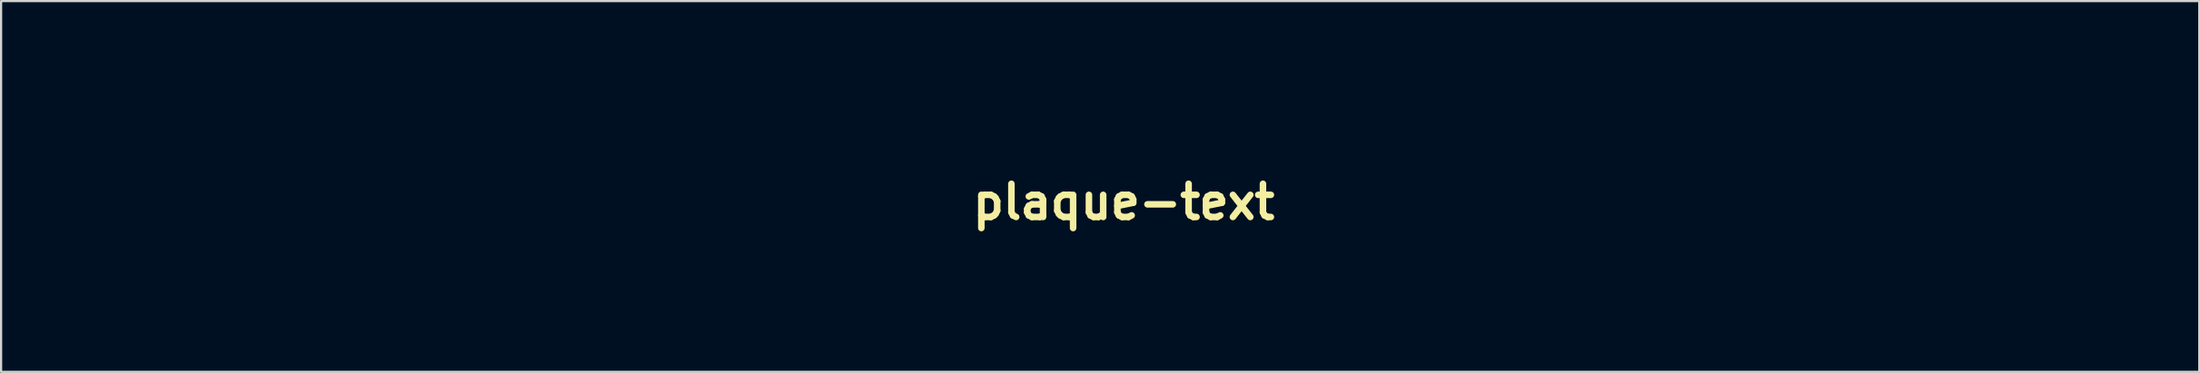
<source format=kicad_pcb>
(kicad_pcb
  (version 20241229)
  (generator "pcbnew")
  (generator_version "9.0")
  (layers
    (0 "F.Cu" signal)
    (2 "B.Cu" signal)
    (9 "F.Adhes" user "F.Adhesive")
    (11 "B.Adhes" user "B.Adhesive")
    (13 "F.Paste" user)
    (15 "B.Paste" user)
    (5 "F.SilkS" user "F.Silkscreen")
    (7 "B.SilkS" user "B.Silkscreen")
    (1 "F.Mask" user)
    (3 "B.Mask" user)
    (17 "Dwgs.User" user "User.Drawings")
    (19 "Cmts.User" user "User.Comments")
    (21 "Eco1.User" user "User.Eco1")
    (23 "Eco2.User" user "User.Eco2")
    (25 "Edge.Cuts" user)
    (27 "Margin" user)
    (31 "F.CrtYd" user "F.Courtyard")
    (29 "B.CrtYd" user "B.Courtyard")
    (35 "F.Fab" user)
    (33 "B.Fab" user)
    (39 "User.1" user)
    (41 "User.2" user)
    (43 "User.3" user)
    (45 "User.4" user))
  (footprint "plaque-text"
    (layer "F.Cu")
    (at 48.496 6.222)
    (property "Reference" "plaque-text" (at 0 0 0) (layer "F.SilkS") (effects (font (size 1.524 1.524) (thickness 0.3))))
    (attr through_hole)
    (fp_poly (pts (xy -48.238 -5.157) (xy -48.182 -4.665) (xy -48.147 -3.889) (xy -48.136 -2.931) (xy -48.148 -1.918) (xy -48.185 -1.158) (xy -48.242 -0.685) (xy -48.313 -0.533) (xy -48.388 -0.704) (xy -48.445 -1.196) (xy -48.48 -1.973) (xy -48.491 -2.931) (xy -48.478 -3.944) (xy -48.442 -4.704) (xy -48.384 -5.177) (xy -48.313 -5.329) (xy -48.238 -5.157)) (stroke (width 0.01) (type solid)) (fill no) (layer "Eco2.User"))
    (fp_poly (pts (xy -48.238 0.172) (xy -48.182 0.663) (xy -48.147 1.44) (xy -48.136 2.398) (xy -48.148 3.411) (xy -48.185 4.171) (xy -48.242 4.644) (xy -48.313 4.796) (xy -48.388 4.624) (xy -48.445 4.133) (xy -48.48 3.356) (xy -48.491 2.398) (xy -48.478 1.385) (xy -48.442 0.625) (xy -48.384 0.152) (xy -48.313 0) (xy -48.238 0.172)) (stroke (width 0.01) (type solid)) (fill no) (layer "Eco2.User"))
    (fp_poly (pts (xy -39.712 -5.157) (xy -39.656 -4.665) (xy -39.621 -3.889) (xy -39.61 -2.931) (xy -39.623 -1.918) (xy -39.659 -1.158) (xy -39.716 -0.685) (xy -39.787 -0.533) (xy -39.862 -0.704) (xy -39.919 -1.196) (xy -39.954 -1.973) (xy -39.965 -2.931) (xy -39.952 -3.944) (xy -39.916 -4.704) (xy -39.858 -5.177) (xy -39.787 -5.329) (xy -39.712 -5.157)) (stroke (width 0.01) (type solid)) (fill no) (layer "Eco2.User"))
    (fp_poly (pts (xy -39.712 0.172) (xy -39.656 0.663) (xy -39.621 1.44) (xy -39.61 2.398) (xy -39.623 3.411) (xy -39.659 4.171) (xy -39.716 4.644) (xy -39.787 4.796) (xy -39.862 4.624) (xy -39.919 4.133) (xy -39.954 3.356) (xy -39.965 2.398) (xy -39.952 1.385) (xy -39.916 0.625) (xy -39.858 0.152) (xy -39.787 0) (xy -39.712 0.172)) (stroke (width 0.01) (type solid)) (fill no) (layer "Eco2.User"))
    (fp_poly (pts (xy -30.643 2.33) (xy -30.31 2.402) (xy -30.198 2.543) (xy -30.196 2.576) (xy -30.278 2.73) (xy -30.568 2.813) (xy -31.133 2.841) (xy -31.262 2.842) (xy -31.88 2.821) (xy -32.213 2.749) (xy -32.325 2.608) (xy -32.327 2.576) (xy -32.245 2.421) (xy -31.955 2.338) (xy -31.39 2.31) (xy -31.262 2.309) (xy -30.643 2.33)) (stroke (width 0.01) (type solid)) (fill no) (layer "Eco2.User"))
    (fp_poly (pts (xy -27.801 2.33) (xy -27.469 2.402) (xy -27.356 2.543) (xy -27.354 2.576) (xy -27.436 2.73) (xy -27.726 2.813) (xy -28.291 2.841) (xy -28.42 2.842) (xy -29.038 2.821) (xy -29.371 2.749) (xy -29.483 2.608) (xy -29.485 2.576) (xy -29.403 2.421) (xy -29.113 2.338) (xy -28.548 2.31) (xy -28.42 2.309) (xy -27.801 2.33)) (stroke (width 0.01) (type solid)) (fill no) (layer "Eco2.User"))
    (fp_poly (pts (xy -19.819 -5.157) (xy -19.762 -4.665) (xy -19.727 -3.889) (xy -19.716 -2.931) (xy -19.729 -1.918) (xy -19.765 -1.158) (xy -19.823 -0.685) (xy -19.894 -0.533) (xy -19.969 -0.704) (xy -20.025 -1.196) (xy -20.06 -1.973) (xy -20.071 -2.931) (xy -20.059 -3.944) (xy -20.022 -4.704) (xy -19.965 -5.177) (xy -19.894 -5.329) (xy -19.819 -5.157)) (stroke (width 0.01) (type solid)) (fill no) (layer "Eco2.User"))
    (fp_poly (pts (xy -19.819 0.172) (xy -19.762 0.663) (xy -19.727 1.44) (xy -19.716 2.398) (xy -19.729 3.411) (xy -19.765 4.171) (xy -19.823 4.644) (xy -19.894 4.796) (xy -19.969 4.624) (xy -20.025 4.133) (xy -20.06 3.356) (xy -20.071 2.398) (xy -20.059 1.385) (xy -20.022 0.625) (xy -19.965 0.152) (xy -19.894 0) (xy -19.819 0.172)) (stroke (width 0.01) (type solid)) (fill no) (layer "Eco2.User"))
    (fp_poly (pts (xy -11.293 -5.157) (xy -11.236 -4.665) (xy -11.201 -3.889) (xy -11.19 -2.931) (xy -11.203 -1.918) (xy -11.239 -1.158) (xy -11.297 -0.685) (xy -11.368 -0.533) (xy -11.443 -0.704) (xy -11.499 -1.196) (xy -11.534 -1.973) (xy -11.545 -2.931) (xy -11.533 -3.944) (xy -11.496 -4.704) (xy -11.439 -5.177) (xy -11.368 -5.329) (xy -11.293 -5.157)) (stroke (width 0.01) (type solid)) (fill no) (layer "Eco2.User"))
    (fp_poly (pts (xy -11.293 0.172) (xy -11.236 0.663) (xy -11.201 1.44) (xy -11.19 2.398) (xy -11.203 3.411) (xy -11.239 4.171) (xy -11.297 4.644) (xy -11.368 4.796) (xy -11.443 4.624) (xy -11.499 4.133) (xy -11.534 3.356) (xy -11.545 2.398) (xy -11.533 1.385) (xy -11.496 0.625) (xy -11.439 0.152) (xy -11.368 0) (xy -11.293 0.172)) (stroke (width 0.01) (type solid)) (fill no) (layer "Eco2.User"))
    (fp_poly (pts (xy -5.609 -5.157) (xy -5.553 -4.665) (xy -5.518 -3.889) (xy -5.506 -2.931) (xy -5.519 -1.918) (xy -5.555 -1.158) (xy -5.613 -0.685) (xy -5.684 -0.533) (xy -5.759 -0.704) (xy -5.815 -1.196) (xy -5.85 -1.973) (xy -5.862 -2.931) (xy -5.849 -3.944) (xy -5.812 -4.704) (xy -5.755 -5.177) (xy -5.684 -5.329) (xy -5.609 -5.157)) (stroke (width 0.01) (type solid)) (fill no) (layer "Eco2.User"))
    (fp_poly (pts (xy -5.609 0.172) (xy -5.553 0.663) (xy -5.518 1.44) (xy -5.506 2.398) (xy -5.519 3.411) (xy -5.555 4.171) (xy -5.613 4.644) (xy -5.684 4.796) (xy -5.759 4.624) (xy -5.815 4.133) (xy -5.85 3.356) (xy -5.862 2.398) (xy -5.849 1.385) (xy -5.812 0.625) (xy -5.755 0.152) (xy -5.684 0) (xy -5.609 0.172)) (stroke (width 0.01) (type solid)) (fill no) (layer "Eco2.User"))
    (fp_poly (pts (xy -2.138 -6.196) (xy -1.644 -6.139) (xy -1.426 -6.055) (xy -1.421 -6.039) (xy -1.587 -5.951) (xy -2.041 -5.889) (xy -2.715 -5.862) (xy -2.842 -5.862) (xy -3.546 -5.882) (xy -4.04 -5.939) (xy -4.258 -6.023) (xy -4.263 -6.039) (xy -4.097 -6.127) (xy -3.643 -6.189) (xy -2.969 -6.216) (xy -2.842 -6.217) (xy -2.138 -6.196)) (stroke (width 0.01) (type solid)) (fill no) (layer "Eco2.User"))
    (fp_poly (pts (xy -2.138 4.461) (xy -1.644 4.518) (xy -1.426 4.602) (xy -1.421 4.618) (xy -1.587 4.706) (xy -2.041 4.768) (xy -2.715 4.795) (xy -2.842 4.796) (xy -3.546 4.775) (xy -4.04 4.718) (xy -4.258 4.634) (xy -4.263 4.618) (xy -4.097 4.53) (xy -3.643 4.468) (xy -2.969 4.441) (xy -2.842 4.441) (xy -2.138 4.461)) (stroke (width 0.01) (type solid)) (fill no) (layer "Eco2.User"))
    (fp_poly (pts (xy 14.285 -5.157) (xy 14.341 -4.665) (xy 14.376 -3.889) (xy 14.387 -2.931) (xy 14.375 -1.918) (xy 14.338 -1.158) (xy 14.281 -0.685) (xy 14.21 -0.533) (xy 14.135 -0.704) (xy 14.078 -1.196) (xy 14.043 -1.973) (xy 14.032 -2.931) (xy 14.045 -3.944) (xy 14.081 -4.704) (xy 14.139 -5.177) (xy 14.21 -5.329) (xy 14.285 -5.157)) (stroke (width 0.01) (type solid)) (fill no) (layer "Eco2.User"))
    (fp_poly (pts (xy 17.755 -0.867) (xy 18.25 -0.811) (xy 18.468 -0.726) (xy 18.473 -0.71) (xy 18.307 -0.623) (xy 17.853 -0.561) (xy 17.179 -0.533) (xy 17.052 -0.533) (xy 16.348 -0.554) (xy 15.854 -0.61) (xy 15.636 -0.695) (xy 15.631 -0.71) (xy 15.797 -0.798) (xy 16.251 -0.86) (xy 16.925 -0.888) (xy 17.052 -0.888) (xy 17.755 -0.867)) (stroke (width 0.01) (type solid)) (fill no) (layer "Eco2.User"))
    (fp_poly (pts (xy 19.969 -5.157) (xy 20.025 -4.665) (xy 20.06 -3.889) (xy 20.071 -2.931) (xy 20.059 -1.918) (xy 20.022 -1.158) (xy 19.965 -0.685) (xy 19.894 -0.533) (xy 19.819 -0.704) (xy 19.762 -1.196) (xy 19.727 -1.973) (xy 19.716 -2.931) (xy 19.729 -3.944) (xy 19.765 -4.704) (xy 19.823 -5.177) (xy 19.894 -5.329) (xy 19.969 -5.157)) (stroke (width 0.01) (type solid)) (fill no) (layer "Eco2.User"))
    (fp_poly (pts (xy 19.969 0.172) (xy 20.025 0.663) (xy 20.06 1.44) (xy 20.071 2.398) (xy 20.059 3.411) (xy 20.022 4.171) (xy 19.965 4.644) (xy 19.894 4.796) (xy 19.819 4.624) (xy 19.762 4.133) (xy 19.727 3.356) (xy 19.716 2.398) (xy 19.729 1.385) (xy 19.765 0.625) (xy 19.823 0.152) (xy 19.894 0) (xy 19.969 0.172)) (stroke (width 0.01) (type solid)) (fill no) (layer "Eco2.User"))
    (fp_poly (pts (xy 23.439 -0.867) (xy 23.934 -0.811) (xy 24.152 -0.726) (xy 24.157 -0.71) (xy 23.99 -0.623) (xy 23.537 -0.561) (xy 22.863 -0.533) (xy 22.736 -0.533) (xy 22.032 -0.554) (xy 21.537 -0.61) (xy 21.319 -0.695) (xy 21.315 -0.71) (xy 21.481 -0.798) (xy 21.935 -0.86) (xy 22.609 -0.888) (xy 22.736 -0.888) (xy 23.439 -0.867)) (stroke (width 0.01) (type solid)) (fill no) (layer "Eco2.User"))
    (fp_poly (pts (xy 31.965 -6.196) (xy 32.46 -6.139) (xy 32.678 -6.055) (xy 32.683 -6.039) (xy 32.516 -5.951) (xy 32.063 -5.889) (xy 31.389 -5.862) (xy 31.262 -5.862) (xy 30.558 -5.882) (xy 30.063 -5.939) (xy 29.845 -6.023) (xy 29.841 -6.039) (xy 30.007 -6.127) (xy 30.46 -6.189) (xy 31.134 -6.216) (xy 31.262 -6.217) (xy 31.965 -6.196)) (stroke (width 0.01) (type solid)) (fill no) (layer "Eco2.User"))
    (fp_poly (pts (xy 31.965 4.461) (xy 32.46 4.518) (xy 32.678 4.602) (xy 32.683 4.618) (xy 32.516 4.706) (xy 32.063 4.768) (xy 31.389 4.795) (xy 31.262 4.796) (xy 30.558 4.775) (xy 30.063 4.718) (xy 29.845 4.634) (xy 29.841 4.618) (xy 30.007 4.53) (xy 30.46 4.468) (xy 31.134 4.441) (xy 31.262 4.441) (xy 31.965 4.461)) (stroke (width 0.01) (type solid)) (fill no) (layer "Eco2.User"))
    (fp_poly (pts (xy 43.333 -6.196) (xy 43.828 -6.139) (xy 44.046 -6.055) (xy 44.05 -6.039) (xy 43.884 -5.951) (xy 43.43 -5.889) (xy 42.756 -5.862) (xy 42.629 -5.862) (xy 41.926 -5.882) (xy 41.431 -5.939) (xy 41.213 -6.023) (xy 41.208 -6.039) (xy 41.375 -6.127) (xy 41.828 -6.189) (xy 42.502 -6.216) (xy 42.629 -6.217) (xy 43.333 -6.196)) (stroke (width 0.01) (type solid)) (fill no) (layer "Eco2.User"))
    (fp_poly (pts (xy 43.333 4.461) (xy 43.828 4.518) (xy 44.046 4.602) (xy 44.05 4.618) (xy 43.884 4.706) (xy 43.43 4.768) (xy 42.756 4.795) (xy 42.629 4.796) (xy 41.926 4.775) (xy 41.431 4.718) (xy 41.213 4.634) (xy 41.208 4.618) (xy 41.375 4.53) (xy 41.828 4.468) (xy 42.502 4.441) (xy 42.629 4.441) (xy 43.333 4.461)) (stroke (width 0.01) (type solid)) (fill no) (layer "Eco2.User"))
    (fp_poly (pts (xy -46.206 -4.753) (xy -45.994 -4.448) (xy -45.699 -3.926) (xy -45.41 -3.354) (xy -45.019 -2.542) (xy -44.768 -1.995) (xy -44.639 -1.663) (xy -44.613 -1.491) (xy -44.672 -1.428) (xy -44.752 -1.421) (xy -44.895 -1.572) (xy -45.142 -1.976) (xy -45.452 -2.565) (xy -45.646 -2.968) (xy -45.953 -3.665) (xy -46.181 -4.261) (xy -46.298 -4.672) (xy -46.304 -4.789) (xy -46.206 -4.753)) (stroke (width 0.01) (type solid)) (fill no) (layer "Eco2.User"))
    (fp_poly (pts (xy -43.364 0.575) (xy -43.152 0.88) (xy -42.857 1.403) (xy -42.568 1.974) (xy -42.177 2.787) (xy -41.926 3.333) (xy -41.797 3.666) (xy -41.771 3.837) (xy -41.83 3.9) (xy -41.91 3.908) (xy -42.053 3.757) (xy -42.3 3.352) (xy -42.61 2.764) (xy -42.804 2.361) (xy -43.111 1.664) (xy -43.339 1.067) (xy -43.456 0.656) (xy -43.462 0.54) (xy -43.364 0.575)) (stroke (width 0.01) (type solid)) (fill no) (layer "Eco2.User"))
    (fp_poly (pts (xy -33.312 0.809) (xy -33.476 1.289) (xy -33.724 1.894) (xy -34.016 2.541) (xy -34.315 3.144) (xy -34.58 3.619) (xy -34.774 3.881) (xy -34.823 3.908) (xy -34.988 3.817) (xy -34.992 3.795) (xy -34.919 3.547) (xy -34.728 3.105) (xy -34.456 2.545) (xy -34.144 1.94) (xy -33.831 1.363) (xy -33.554 0.889) (xy -33.354 0.592) (xy -33.271 0.54) (xy -33.312 0.809)) (stroke (width 0.01) (type solid)) (fill no) (layer "Eco2.User"))
    (fp_poly (pts (xy -30.47 -4.52) (xy -30.634 -4.04) (xy -30.882 -3.435) (xy -31.175 -2.788) (xy -31.473 -2.185) (xy -31.738 -1.71) (xy -31.932 -1.447) (xy -31.981 -1.421) (xy -32.146 -1.511) (xy -32.15 -1.534) (xy -32.077 -1.782) (xy -31.886 -2.223) (xy -31.614 -2.784) (xy -31.302 -3.389) (xy -30.989 -3.966) (xy -30.712 -4.44) (xy -30.512 -4.737) (xy -30.429 -4.789) (xy -30.47 -4.52)) (stroke (width 0.01) (type solid)) (fill no) (layer "Eco2.User"))
    (fp_poly (pts (xy -29.154 -4.753) (xy -28.942 -4.448) (xy -28.647 -3.926) (xy -28.358 -3.354) (xy -27.968 -2.542) (xy -27.716 -1.995) (xy -27.587 -1.663) (xy -27.561 -1.491) (xy -27.621 -1.428) (xy -27.701 -1.421) (xy -27.844 -1.572) (xy -28.09 -1.976) (xy -28.4 -2.565) (xy -28.595 -2.968) (xy -28.902 -3.665) (xy -29.129 -4.261) (xy -29.246 -4.672) (xy -29.252 -4.789) (xy -29.154 -4.753)) (stroke (width 0.01) (type solid)) (fill no) (layer "Eco2.User"))
    (fp_poly (pts (xy -26.312 0.575) (xy -26.1 0.88) (xy -25.805 1.403) (xy -25.516 1.974) (xy -25.126 2.787) (xy -24.875 3.333) (xy -24.745 3.666) (xy -24.719 3.837) (xy -24.779 3.9) (xy -24.859 3.908) (xy -25.002 3.757) (xy -25.248 3.352) (xy -25.558 2.764) (xy -25.753 2.361) (xy -26.06 1.664) (xy -26.287 1.067) (xy -26.404 0.656) (xy -26.41 0.54) (xy -26.312 0.575)) (stroke (width 0.01) (type solid)) (fill no) (layer "Eco2.User"))
    (fp_poly (pts (xy -17.787 -4.753) (xy -17.574 -4.448) (xy -17.279 -3.926) (xy -16.99 -3.354) (xy -16.6 -2.542) (xy -16.349 -1.995) (xy -16.219 -1.663) (xy -16.193 -1.491) (xy -16.253 -1.428) (xy -16.333 -1.421) (xy -16.476 -1.572) (xy -16.723 -1.976) (xy -17.032 -2.565) (xy -17.227 -2.968) (xy -17.534 -3.665) (xy -17.761 -4.261) (xy -17.878 -4.672) (xy -17.884 -4.789) (xy -17.787 -4.753)) (stroke (width 0.01) (type solid)) (fill no) (layer "Eco2.User"))
    (fp_poly (pts (xy -14.945 0.575) (xy -14.732 0.88) (xy -14.437 1.403) (xy -14.148 1.974) (xy -13.758 2.787) (xy -13.507 3.333) (xy -13.377 3.666) (xy -13.351 3.837) (xy -13.411 3.9) (xy -13.491 3.908) (xy -13.634 3.757) (xy -13.881 3.352) (xy -14.19 2.764) (xy -14.385 2.361) (xy -14.692 1.664) (xy -14.919 1.067) (xy -15.036 0.656) (xy -15.042 0.54) (xy -14.945 0.575)) (stroke (width 0.01) (type solid)) (fill no) (layer "Eco2.User"))
    (fp_poly (pts (xy -0.735 -4.753) (xy -0.522 -4.448) (xy -0.227 -3.926) (xy 0.062 -3.354) (xy 0.452 -2.542) (xy 0.703 -1.995) (xy 0.833 -1.663) (xy 0.859 -1.491) (xy 0.799 -1.428) (xy 0.719 -1.421) (xy 0.576 -1.572) (xy 0.329 -1.976) (xy 0.02 -2.565) (xy -0.175 -2.968) (xy -0.482 -3.665) (xy -0.71 -4.261) (xy -0.826 -4.672) (xy -0.832 -4.789) (xy -0.735 -4.753)) (stroke (width 0.01) (type solid)) (fill no) (layer "Eco2.User"))
    (fp_poly (pts (xy 0.791 0.809) (xy 0.627 1.289) (xy 0.38 1.894) (xy 0.087 2.541) (xy -0.211 3.144) (xy -0.477 3.619) (xy -0.67 3.881) (xy -0.719 3.908) (xy -0.885 3.817) (xy -0.888 3.795) (xy -0.816 3.547) (xy -0.624 3.105) (xy -0.353 2.545) (xy -0.041 1.94) (xy 0.273 1.363) (xy 0.549 0.889) (xy 0.749 0.592) (xy 0.832 0.54) (xy 0.791 0.809)) (stroke (width 0.01) (type solid)) (fill no) (layer "Eco2.User"))
    (fp_poly (pts (xy 6.475 0.809) (xy 6.311 1.289) (xy 6.064 1.894) (xy 5.771 2.541) (xy 5.472 3.144) (xy 5.207 3.619) (xy 5.014 3.881) (xy 4.965 3.908) (xy 4.799 3.817) (xy 4.796 3.795) (xy 4.868 3.547) (xy 5.06 3.105) (xy 5.331 2.545) (xy 5.643 1.94) (xy 5.957 1.363) (xy 6.233 0.889) (xy 6.433 0.592) (xy 6.516 0.54) (xy 6.475 0.809)) (stroke (width 0.01) (type solid)) (fill no) (layer "Eco2.User"))
    (fp_poly (pts (xy 9.317 -4.52) (xy 9.153 -4.04) (xy 8.906 -3.435) (xy 8.613 -2.788) (xy 8.314 -2.185) (xy 8.049 -1.71) (xy 7.856 -1.447) (xy 7.807 -1.421) (xy 7.641 -1.511) (xy 7.638 -1.534) (xy 7.71 -1.782) (xy 7.902 -2.223) (xy 8.173 -2.784) (xy 8.485 -3.389) (xy 8.799 -3.966) (xy 9.075 -4.44) (xy 9.275 -4.737) (xy 9.358 -4.789) (xy 9.317 -4.52)) (stroke (width 0.01) (type solid)) (fill no) (layer "Eco2.User"))
    (fp_poly (pts (xy 27.685 0.575) (xy 27.897 0.88) (xy 28.192 1.403) (xy 28.481 1.974) (xy 28.872 2.787) (xy 29.123 3.333) (xy 29.252 3.666) (xy 29.278 3.837) (xy 29.219 3.9) (xy 29.139 3.908) (xy 28.995 3.757) (xy 28.749 3.352) (xy 28.439 2.764) (xy 28.245 2.361) (xy 27.937 1.664) (xy 27.71 1.067) (xy 27.593 0.656) (xy 27.587 0.54) (xy 27.685 0.575)) (stroke (width 0.01) (type solid)) (fill no) (layer "Eco2.User"))
    (fp_poly (pts (xy 29.211 -4.52) (xy 29.047 -4.04) (xy 28.799 -3.435) (xy 28.507 -2.788) (xy 28.208 -2.185) (xy 27.943 -1.71) (xy 27.75 -1.447) (xy 27.701 -1.421) (xy 27.535 -1.511) (xy 27.531 -1.534) (xy 27.604 -1.782) (xy 27.795 -2.223) (xy 28.067 -2.784) (xy 28.379 -3.389) (xy 28.692 -3.966) (xy 28.969 -4.44) (xy 29.169 -4.737) (xy 29.252 -4.789) (xy 29.211 -4.52)) (stroke (width 0.01) (type solid)) (fill no) (layer "Eco2.User"))
    (fp_poly (pts (xy 33.369 -4.753) (xy 33.581 -4.448) (xy 33.876 -3.926) (xy 34.165 -3.354) (xy 34.556 -2.542) (xy 34.807 -1.995) (xy 34.936 -1.663) (xy 34.962 -1.491) (xy 34.902 -1.428) (xy 34.823 -1.421) (xy 34.679 -1.572) (xy 34.433 -1.976) (xy 34.123 -2.565) (xy 33.929 -2.968) (xy 33.621 -3.665) (xy 33.394 -4.261) (xy 33.277 -4.672) (xy 33.271 -4.789) (xy 33.369 -4.753)) (stroke (width 0.01) (type solid)) (fill no) (layer "Eco2.User"))
    (fp_poly (pts (xy 34.895 0.809) (xy 34.731 1.289) (xy 34.483 1.894) (xy 34.191 2.541) (xy 33.892 3.144) (xy 33.627 3.619) (xy 33.433 3.881) (xy 33.384 3.908) (xy 33.219 3.817) (xy 33.215 3.795) (xy 33.288 3.547) (xy 33.479 3.105) (xy 33.751 2.545) (xy 34.063 1.94) (xy 34.376 1.363) (xy 34.653 0.889) (xy 34.853 0.592) (xy 34.936 0.54) (xy 34.895 0.809)) (stroke (width 0.01) (type solid)) (fill no) (layer "Eco2.User"))
    (fp_poly (pts (xy 39.053 0.575) (xy 39.265 0.88) (xy 39.56 1.403) (xy 39.849 1.974) (xy 40.239 2.787) (xy 40.491 3.333) (xy 40.62 3.666) (xy 40.646 3.837) (xy 40.586 3.9) (xy 40.506 3.908) (xy 40.363 3.757) (xy 40.117 3.352) (xy 39.807 2.764) (xy 39.612 2.361) (xy 39.305 1.664) (xy 39.078 1.067) (xy 38.961 0.656) (xy 38.955 0.54) (xy 39.053 0.575)) (stroke (width 0.01) (type solid)) (fill no) (layer "Eco2.User"))
    (fp_poly (pts (xy 40.579 -4.52) (xy 40.415 -4.04) (xy 40.167 -3.435) (xy 39.874 -2.788) (xy 39.576 -2.185) (xy 39.311 -1.71) (xy 39.117 -1.447) (xy 39.068 -1.421) (xy 38.903 -1.511) (xy 38.899 -1.534) (xy 38.972 -1.782) (xy 39.163 -2.223) (xy 39.435 -2.784) (xy 39.747 -3.389) (xy 40.06 -3.966) (xy 40.337 -4.44) (xy 40.536 -4.737) (xy 40.62 -4.789) (xy 40.579 -4.52)) (stroke (width 0.01) (type solid)) (fill no) (layer "Eco2.User"))
    (fp_poly (pts (xy 44.736 -4.753) (xy 44.949 -4.448) (xy 45.244 -3.926) (xy 45.533 -3.354) (xy 45.923 -2.542) (xy 46.174 -1.995) (xy 46.304 -1.663) (xy 46.33 -1.491) (xy 46.27 -1.428) (xy 46.19 -1.421) (xy 46.047 -1.572) (xy 45.801 -1.976) (xy 45.491 -2.565) (xy 45.296 -2.968) (xy 44.989 -3.665) (xy 44.762 -4.261) (xy 44.645 -4.672) (xy 44.639 -4.789) (xy 44.736 -4.753)) (stroke (width 0.01) (type solid)) (fill no) (layer "Eco2.User"))
    (fp_poly (pts (xy 46.263 0.809) (xy 46.099 1.289) (xy 45.851 1.894) (xy 45.558 2.541) (xy 45.26 3.144) (xy 44.994 3.619) (xy 44.801 3.881) (xy 44.752 3.908) (xy 44.587 3.817) (xy 44.583 3.795) (xy 44.656 3.547) (xy 44.847 3.105) (xy 45.118 2.545) (xy 45.431 1.94) (xy 45.744 1.363) (xy 46.021 0.889) (xy 46.22 0.592) (xy 46.304 0.54) (xy 46.263 0.809)) (stroke (width 0.01) (type solid)) (fill no) (layer "Eco2.User"))
    (fp_poly (pts (xy 8.237 -6.206) (xy 9.105 -6.175) (xy 9.681 -6.125) (xy 9.936 -6.058) (xy 9.947 -6.039) (xy 9.774 -5.968) (xy 9.274 -5.914) (xy 8.475 -5.878) (xy 7.405 -5.862) (xy 7.105 -5.862) (xy 5.972 -5.872) (xy 5.104 -5.904) (xy 4.529 -5.954) (xy 4.273 -6.02) (xy 4.263 -6.039) (xy 4.436 -6.11) (xy 4.936 -6.164) (xy 5.735 -6.2) (xy 6.805 -6.216) (xy 7.105 -6.217) (xy 8.237 -6.206)) (stroke (width 0.01) (type solid)) (fill no) (layer "Eco2.User")))
  (gr_rect
    (start -3 -3)
    (end 97.831 14.023)
    (stroke (width 0.1) (type default))
    (fill no)
    (layer "Edge.Cuts")))
</source>
